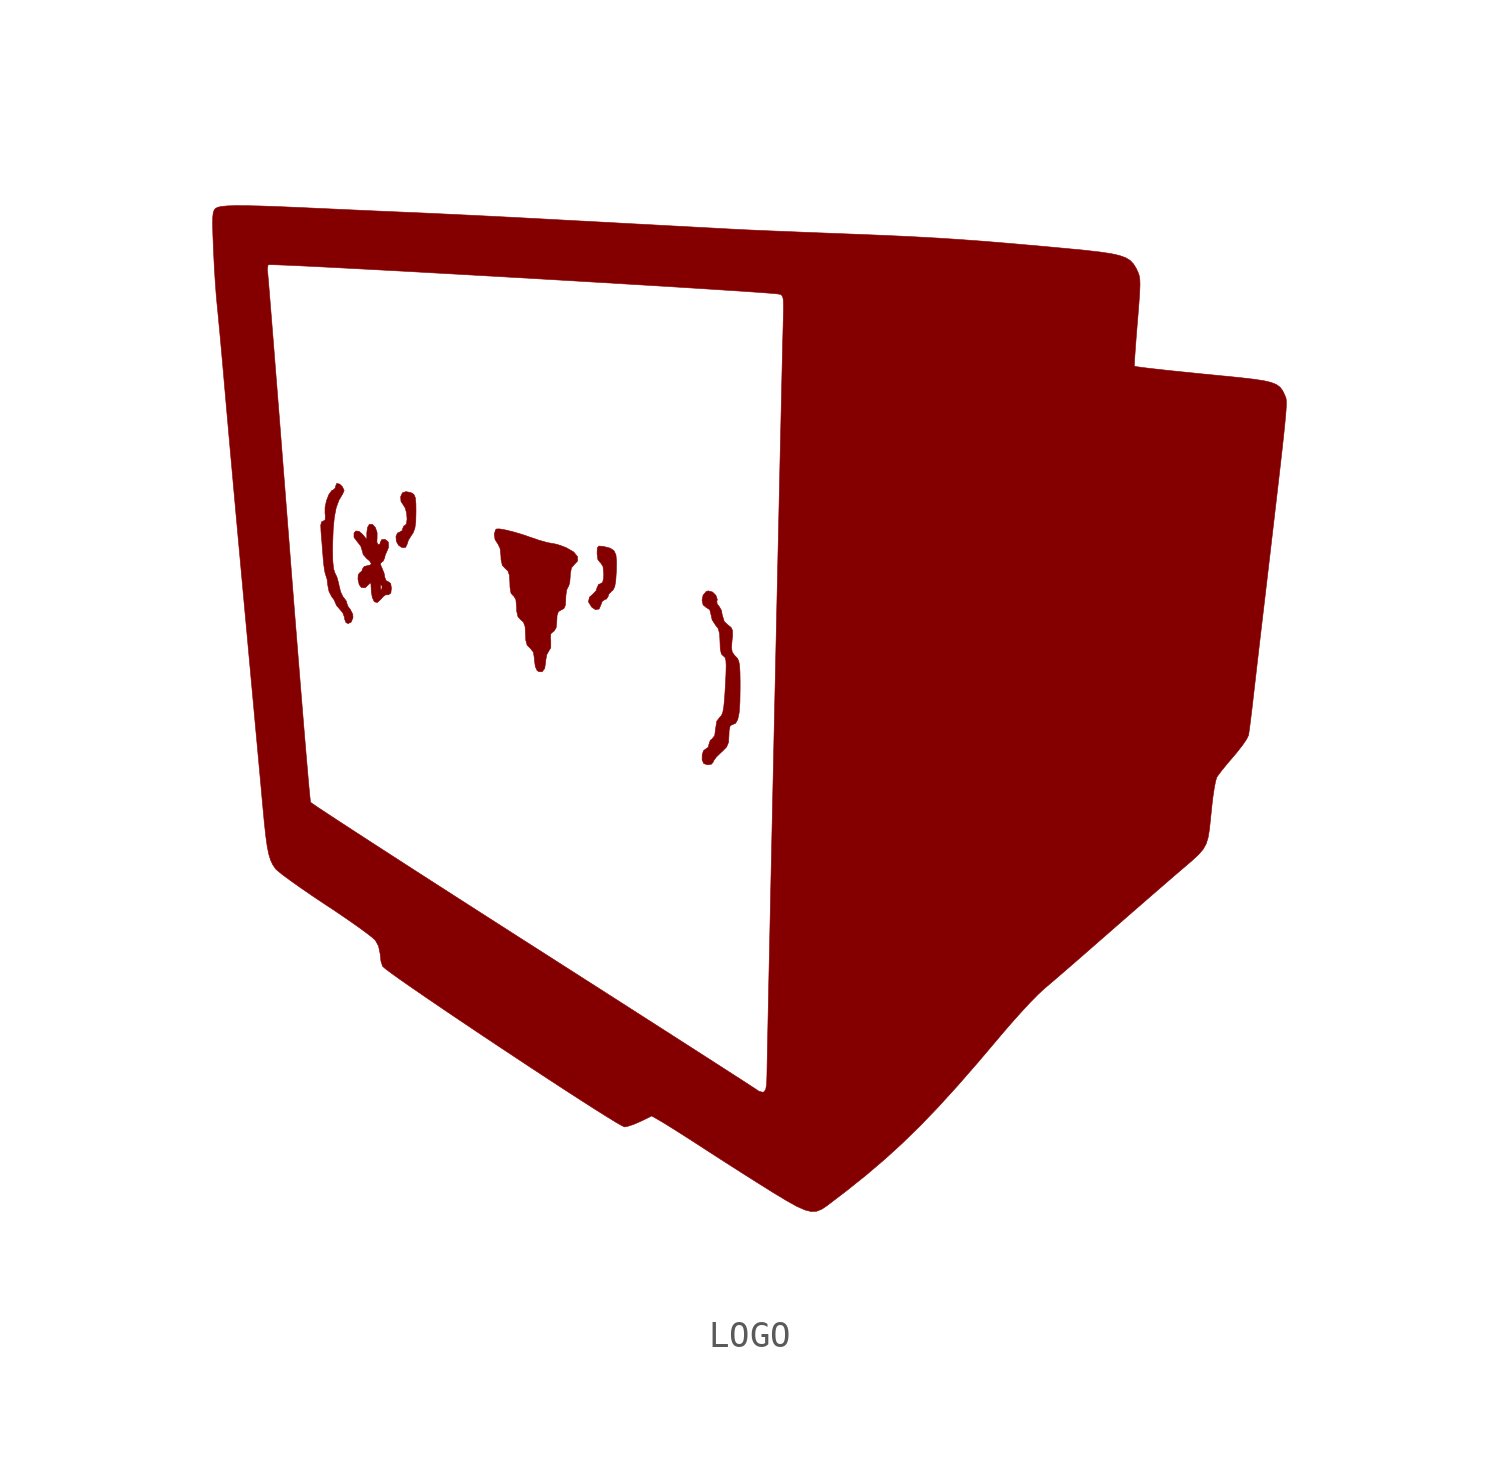
<source format=kicad_sym>
(kicad_symbol_lib
  (version 20220914)
  (generator kicad_symbol_editor)
  (symbol "LOGO"
    (pin_names
      (offset 1.016))
    (property "Reference" "#G"
      (at 0 21.04 0)
      (effects (font (size 1.27 1.27)) hide))
    (symbol "LOGO_0_0"
      (polyline (pts (xy -14.281 6.37) (xy -14.224 6.485) (xy -14.224 6.485) (xy -14.174 6.643) (xy -14.055 6.835) (xy -13.992 6.927) (xy -13.927 7.101) (xy -13.894 7.349) (xy -13.885 7.719) (xy -13.888 8.019) (xy -13.91 8.252) (xy -13.967 8.382) (xy -14.08 8.448) (xy -14.266 8.484) (xy -14.398 8.439) (xy -14.465 8.296) (xy -14.454 8.116) (xy -14.355 7.962) (xy -14.288 7.854) (xy -14.239 7.658) (xy -14.223 7.442) (xy -14.245 7.268) (xy -14.309 7.197) (xy -14.348 7.182) (xy -14.393 7.07) (xy -14.408 7.01) (xy -14.52 6.943) (xy -14.588 6.915) (xy -14.643 6.784) (xy -14.63 6.606) (xy -14.546 6.452) (xy -14.415 6.366) (xy -14.281 6.37)) (stroke (width 0.01) (type default)) (fill (type outline)))
      (polyline (pts (xy -6.95 4.039) (xy -6.873 4.219) (xy -6.832 4.331) (xy -6.725 4.403) (xy -6.671 4.416) (xy -6.604 4.525) (xy -6.583 4.602) (xy -6.463 4.727) (xy -6.418 4.763) (xy -6.357 4.889) (xy -6.319 5.118) (xy -6.296 5.484) (xy -6.289 5.825) (xy -6.312 6.088) (xy -6.387 6.249) (xy -6.53 6.342) (xy -6.76 6.402) (xy -6.814 6.413) (xy -6.962 6.423) (xy -7.018 6.348) (xy -7.027 6.146) (xy -6.997 5.912) (xy -6.9 5.788) (xy -6.888 5.783) (xy -6.802 5.65) (xy -6.773 5.367) (xy -6.778 5.219) (xy -6.816 5.046) (xy -6.9 4.995) (xy -6.968 4.972) (xy -7.027 4.846) (xy -7.063 4.733) (xy -7.197 4.592) (xy -7.312 4.49) (xy -7.354 4.31) (xy -7.229 4.109) (xy -7.088 4.013) (xy -6.95 4.039)) (stroke (width 0.01) (type default)) (fill (type outline)))
      (polyline (pts (xy -16.341 3.541) (xy -16.271 3.711) (xy -16.28 3.84) (xy -16.377 4.028) (xy -16.455 4.126) (xy -16.51 4.271) (xy -16.525 4.338) (xy -16.627 4.479) (xy -16.653 4.507) (xy -16.738 4.684) (xy -16.799 4.929) (xy -16.813 5.004) (xy -16.879 5.246) (xy -16.954 5.402) (xy -16.959 5.407) (xy -17.007 5.567) (xy -17.037 5.86) (xy -17.045 6.252) (xy -17.042 6.487) (xy -17.02 7.072) (xy -16.976 7.527) (xy -16.906 7.88) (xy -16.803 8.16) (xy -16.663 8.396) (xy -16.606 8.525) (xy -16.674 8.671) (xy -16.777 8.77) (xy -16.889 8.793) (xy -16.933 8.678) (xy -16.942 8.62) (xy -17.014 8.551) (xy -17.075 8.525) (xy -17.182 8.378) (xy -17.273 8.148) (xy -17.329 7.891) (xy -17.33 7.66) (xy -17.319 7.58) (xy -17.325 7.414) (xy -17.4 7.366) (xy -17.458 7.343) (xy -17.492 7.22) (xy -17.482 6.964) (xy -17.462 6.732) (xy -17.433 6.359) (xy -17.404 5.987) (xy -17.375 5.689) (xy -17.337 5.442) (xy -17.299 5.309) (xy -17.298 5.309) (xy -17.25 5.156) (xy -17.225 4.932) (xy -17.178 4.698) (xy -17.074 4.502) (xy -16.985 4.385) (xy -16.933 4.261) (xy -16.89 4.165) (xy -16.764 4.022) (xy -16.654 3.887) (xy -16.595 3.726) (xy -16.588 3.654) (xy -16.537 3.526) (xy -16.457 3.486) (xy -16.341 3.541)) (stroke (width 0.01) (type default)) (fill (type outline)))
      (polyline (pts (xy -15.223 4.402) (xy -15.115 4.52) (xy -15.033 4.576) (xy -14.93 4.576) (xy -14.838 4.641) (xy -14.817 4.826) (xy -14.843 5.004) (xy -14.944 5.08) (xy -15.018 5.112) (xy -15.071 5.25) (xy -15.092 5.387) (xy -15.177 5.6) (xy -15.193 5.629) (xy -15.24 5.758) (xy -15.177 5.818) (xy -15.134 5.844) (xy -15.071 5.977) (xy -15.053 6.073) (xy -14.973 6.255) (xy -14.926 6.371) (xy -14.928 6.55) (xy -14.949 6.592) (xy -15.063 6.678) (xy -15.184 6.667) (xy -15.24 6.557) (xy -15.252 6.496) (xy -15.322 6.475) (xy -15.366 6.571) (xy -15.359 6.755) (xy -15.358 6.932) (xy -15.422 7.122) (xy -15.53 7.243) (xy -15.65 7.247) (xy -15.719 7.13) (xy -15.748 6.928) (xy -15.748 6.67) (xy -15.904 6.862) (xy -16.039 6.979) (xy -16.158 6.994) (xy -16.232 6.919) (xy -16.233 6.754) (xy -16.087 6.562) (xy -15.977 6.421) (xy -15.917 6.23) (xy -15.883 6.101) (xy -15.748 5.946) (xy -15.643 5.862) (xy -15.579 5.757) (xy -15.61 5.708) (xy -15.748 5.673) (xy -15.847 5.649) (xy -15.917 5.546) (xy -15.927 5.487) (xy -16.002 5.419) (xy -16.007 5.418) (xy -16.072 5.341) (xy -16.082 5.167) (xy -16.035 4.96) (xy -15.952 4.853) (xy -15.807 4.845) (xy -15.67 4.974) (xy -15.62 5.037) (xy -15.591 4.983) (xy -15.586 4.875) (xy -15.233 4.875) (xy -15.22 4.959) (xy -15.182 4.926) (xy -15.169 4.878) (xy -15.189 4.764) (xy -15.218 4.766) (xy -15.233 4.875) (xy -15.586 4.875) (xy -15.581 4.779) (xy -15.579 4.714) (xy -15.541 4.479) (xy -15.473 4.331) (xy -15.446 4.306) (xy -15.347 4.286) (xy -15.223 4.402)) (stroke (width 0.01) (type default)) (fill (type outline)))
      (polyline (pts (xy -9.012 1.786) (xy -8.975 2.031) (xy -8.974 2.075) (xy -8.934 2.304) (xy -8.854 2.45) (xy -8.78 2.572) (xy -8.78 2.84) (xy -8.791 2.916) (xy -8.781 3.097) (xy -8.689 3.183) (xy -8.66 3.197) (xy -8.577 3.33) (xy -8.551 3.598) (xy -8.543 3.792) (xy -8.493 3.939) (xy -8.382 4.004) (xy -8.283 4.055) (xy -8.227 4.183) (xy -8.213 4.432) (xy -8.209 4.543) (xy -8.179 4.759) (xy -8.128 4.868) (xy -8.108 4.891) (xy -8.062 5.044) (xy -8.043 5.276) (xy -8.042 5.355) (xy -7.998 5.597) (xy -7.881 5.733) (xy -7.767 5.853) (xy -7.768 6.022) (xy -7.913 6.198) (xy -8.189 6.358) (xy -8.308 6.406) (xy -8.545 6.487) (xy -8.7 6.519) (xy -8.719 6.52) (xy -8.927 6.559) (xy -9.239 6.648) (xy -9.61 6.774) (xy -9.839 6.854) (xy -10.175 6.954) (xy -10.483 7.03) (xy -10.718 7.072) (xy -10.838 7.069) (xy -10.872 7.037) (xy -10.919 6.875) (xy -10.892 6.675) (xy -10.795 6.519) (xy -10.784 6.509) (xy -10.699 6.33) (xy -10.668 6.044) (xy -10.664 5.912) (xy -10.616 5.695) (xy -10.499 5.568) (xy -10.402 5.478) (xy -10.345 5.311) (xy -10.329 5.026) (xy -10.325 4.866) (xy -10.287 4.639) (xy -10.202 4.541) (xy -10.183 4.532) (xy -10.102 4.394) (xy -10.075 4.11) (xy -10.07 3.951) (xy -10.021 3.743) (xy -9.906 3.621) (xy -9.814 3.538) (xy -9.753 3.372) (xy -9.737 3.09) (xy -9.726 2.853) (xy -9.675 2.669) (xy -9.567 2.56) (xy -9.56 2.555) (xy -9.436 2.4) (xy -9.398 2.133) (xy -9.397 2.087) (xy -9.366 1.859) (xy -9.303 1.717) (xy -9.247 1.671) (xy -9.111 1.659) (xy -9.012 1.786)) (stroke (width 0.01) (type default)) (fill (type outline)))
      (polyline (pts (xy -2.692 -1.836) (xy -2.625 -1.75) (xy -2.613 -1.709) (xy -2.507 -1.563) (xy -2.328 -1.391) (xy -2.287 -1.356) (xy -2.121 -1.186) (xy -2.048 -1.008) (xy -2.032 -0.741) (xy -2.026 -0.561) (xy -1.988 -0.389) (xy -1.908 -0.339) (xy -1.893 -0.338) (xy -1.78 -0.289) (xy -1.699 -0.145) (xy -1.646 0.112) (xy -1.617 0.501) (xy -1.609 1.04) (xy -1.609 1.286) (xy -1.615 1.656) (xy -1.631 1.905) (xy -1.662 2.066) (xy -1.712 2.17) (xy -1.787 2.252) (xy -1.823 2.286) (xy -1.909 2.41) (xy -1.935 2.58) (xy -1.914 2.855) (xy -1.895 3.029) (xy -1.897 3.222) (xy -1.951 3.339) (xy -2.074 3.437) (xy -2.209 3.562) (xy -2.286 3.809) (xy -2.317 3.989) (xy -2.412 4.148) (xy -2.475 4.22) (xy -2.493 4.326) (xy -2.473 4.396) (xy -2.525 4.554) (xy -2.658 4.684) (xy -2.821 4.725) (xy -2.894 4.7) (xy -3.01 4.565) (xy -3.051 4.375) (xy -3.011 4.195) (xy -2.885 4.09) (xy -2.759 4.012) (xy -2.709 3.813) (xy -2.67 3.63) (xy -2.54 3.429) (xy -2.442 3.303) (xy -2.386 3.104) (xy -2.371 2.79) (xy -2.361 2.528) (xy -2.32 2.337) (xy -2.24 2.254) (xy -2.223 2.246) (xy -2.175 2.194) (xy -2.147 2.083) (xy -2.138 1.886) (xy -2.146 1.575) (xy -2.168 1.123) (xy -2.17 1.083) (xy -2.199 0.635) (xy -2.229 0.325) (xy -2.266 0.124) (xy -2.316 0.003) (xy -2.384 -0.068) (xy -2.493 -0.21) (xy -2.54 -0.504) (xy -2.571 -0.752) (xy -2.667 -0.877) (xy -2.739 -0.935) (xy -2.794 -1.098) (xy -2.818 -1.199) (xy -2.921 -1.27) (xy -2.997 -1.328) (xy -3.046 -1.486) (xy -3.048 -1.67) (xy -2.992 -1.806) (xy -2.978 -1.818) (xy -2.838 -1.863) (xy -2.692 -1.836)) (stroke (width 0.01) (type default)) (fill (type outline)))
      (polyline (pts (xy 1.29 -18.77) (xy 1.479 -18.695) (xy 1.677 -18.563) (xy 2.427 -17.991) (xy 3.171 -17.395) (xy 3.869 -16.801) (xy 4.54 -16.189) (xy 5.207 -15.539) (xy 5.888 -14.83) (xy 6.604 -14.043) (xy 7.377 -13.158) (xy 8.227 -12.155) (xy 8.247 -12.13) (xy 8.628 -11.686) (xy 9.011 -11.256) (xy 9.37 -10.869) (xy 9.678 -10.556) (xy 9.906 -10.345) (xy 10.008 -10.258) (xy 10.288 -10.019) (xy 10.655 -9.703) (xy 11.082 -9.333) (xy 11.544 -8.93) (xy 12.014 -8.519) (xy 12.121 -8.426) (xy 12.666 -7.95) (xy 13.25 -7.44) (xy 13.833 -6.934) (xy 14.371 -6.467) (xy 14.824 -6.075) (xy 15.176 -5.774) (xy 15.512 -5.486) (xy 15.757 -5.258) (xy 15.928 -5.059) (xy 16.041 -4.857) (xy 16.114 -4.621) (xy 16.164 -4.319) (xy 16.207 -3.918) (xy 16.261 -3.389) (xy 16.292 -3.121) (xy 16.345 -2.764) (xy 16.398 -2.486) (xy 16.445 -2.334) (xy 16.481 -2.278) (xy 16.62 -2.092) (xy 16.827 -1.837) (xy 17.07 -1.552) (xy 17.198 -1.401) (xy 17.416 -1.123) (xy 17.574 -0.891) (xy 17.646 -0.744) (xy 17.649 -0.725) (xy 17.676 -0.542) (xy 17.716 -0.236) (xy 17.764 0.155) (xy 17.816 0.593) (xy 17.816 0.598) (xy 17.868 1.052) (xy 17.934 1.624) (xy 18.008 2.265) (xy 18.085 2.926) (xy 18.159 3.556) (xy 18.175 3.69) (xy 18.334 5.04) (xy 18.474 6.234) (xy 18.596 7.28) (xy 18.702 8.188) (xy 18.793 8.97) (xy 18.869 9.635) (xy 18.932 10.193) (xy 18.982 10.654) (xy 19.02 11.028) (xy 19.048 11.326) (xy 19.067 11.557) (xy 19.077 11.731) (xy 19.079 11.858) (xy 19.075 11.949) (xy 19.066 12.013) (xy 19.052 12.061) (xy 19.034 12.102) (xy 19.014 12.147) (xy 19.011 12.156) (xy 18.934 12.315) (xy 18.839 12.44) (xy 18.704 12.539) (xy 18.507 12.618) (xy 18.228 12.684) (xy 17.845 12.742) (xy 17.336 12.801) (xy 16.679 12.866) (xy 15.902 12.942) (xy 15.187 13.014) (xy 14.566 13.078) (xy 14.054 13.135) (xy 13.666 13.181) (xy 13.417 13.215) (xy 13.322 13.235) (xy 13.321 13.238) (xy 13.324 13.345) (xy 13.339 13.592) (xy 13.364 13.952) (xy 13.398 14.4) (xy 13.439 14.909) (xy 13.461 15.171) (xy 13.5 15.676) (xy 13.525 16.052) (xy 13.535 16.322) (xy 13.529 16.516) (xy 13.507 16.658) (xy 13.468 16.776) (xy 13.413 16.897) (xy 13.39 16.942) (xy 13.291 17.104) (xy 13.168 17.235) (xy 12.999 17.34) (xy 12.764 17.425) (xy 12.443 17.497) (xy 12.014 17.561) (xy 11.457 17.624) (xy 10.753 17.692) (xy 10.151 17.747) (xy 9.132 17.838) (xy 8.231 17.916) (xy 7.417 17.981) (xy 6.655 18.036) (xy 5.913 18.084) (xy 5.159 18.126) (xy 4.361 18.165) (xy 3.484 18.203) (xy 2.498 18.242) (xy 2.377 18.247) (xy 1.6 18.277) (xy 0.849 18.306) (xy 0.146 18.335) (xy -0.483 18.36) (xy -1.016 18.383) (xy -1.427 18.401) (xy -1.693 18.414) (xy -1.704 18.415) (xy -2.143 18.438) (xy -2.727 18.47) (xy -3.43 18.507) (xy -4.227 18.55) (xy -5.093 18.597) (xy -6.005 18.645) (xy -6.937 18.696) (xy -7.865 18.745) (xy -8.764 18.794) (xy -9.61 18.839) (xy -10.015 18.861) (xy -10.823 18.902) (xy -11.676 18.945) (xy -12.52 18.985) (xy -13.303 19.022) (xy -13.97 19.052) (xy -14.009 19.053) (xy -14.722 19.084) (xy -15.508 19.118) (xy -16.305 19.154) (xy -17.055 19.188) (xy -17.695 19.217) (xy -18.303 19.245) (xy -19.11 19.279) (xy -19.772 19.302) (xy -20.302 19.314) (xy -20.715 19.316) (xy -21.024 19.306) (xy -21.243 19.286) (xy -21.387 19.255) (xy -21.471 19.213) (xy -21.48 19.205) (xy -21.531 19.142) (xy -21.565 19.041) (xy -21.583 18.877) (xy -21.587 18.622) (xy -21.579 18.252) (xy -21.559 17.738) (xy -21.551 17.555) (xy -21.524 17.007) (xy -21.519 16.933) (xy -19.516 16.933) (xy -19.484 17.077) (xy -19.418 17.08) (xy -19.195 17.075) (xy -18.827 17.061) (xy -18.326 17.039) (xy -17.707 17.009) (xy -16.982 16.972) (xy -16.164 16.929) (xy -15.265 16.881) (xy -14.299 16.829) (xy -13.279 16.772) (xy -12.217 16.713) (xy -11.127 16.651) (xy -10.021 16.588) (xy -8.913 16.524) (xy -7.815 16.46) (xy -6.74 16.396) (xy -5.702 16.334) (xy -4.713 16.275) (xy -3.786 16.218) (xy -2.934 16.164) (xy -2.17 16.115) (xy -1.507 16.072) (xy -0.958 16.034) (xy -0.535 16.003) (xy -0.253 15.979) (xy -0.123 15.963) (xy -0.065 15.945) (xy -0.012 15.897) (xy 0.019 15.796) (xy 0.033 15.613) (xy 0.032 15.318) (xy 0.022 14.883) (xy 0.016 14.643) (xy 0.005 14.218) (xy -0.008 13.655) (xy -0.024 12.964) (xy -0.042 12.158) (xy -0.062 11.247) (xy -0.085 10.241) (xy -0.109 9.153) (xy -0.134 7.992) (xy -0.161 6.771) (xy -0.189 5.499) (xy -0.218 4.188) (xy -0.247 2.849) (xy -0.276 1.492) (xy -0.306 0.13) (xy -0.335 -1.228) (xy -0.364 -2.571) (xy -0.392 -3.886) (xy -0.419 -5.164) (xy -0.446 -6.394) (xy -0.47 -7.564) (xy -0.493 -8.663) (xy -0.515 -9.681) (xy -0.534 -10.606) (xy -0.551 -11.428) (xy -0.565 -12.135) (xy -0.577 -12.717) (xy -0.586 -13.163) (xy -0.591 -13.461) (xy -0.593 -13.601) (xy -0.593 -13.607) (xy -0.605 -13.959) (xy -0.642 -14.165) (xy -0.709 -14.251) (xy -0.764 -14.263) (xy -0.9 -14.224) (xy -0.932 -14.201) (xy -1.095 -14.094) (xy -1.385 -13.905) (xy -1.796 -13.64) (xy -2.317 -13.305) (xy -2.939 -12.904) (xy -3.655 -12.445) (xy -4.454 -11.932) (xy -5.329 -11.372) (xy -6.269 -10.769) (xy -7.267 -10.131) (xy -8.313 -9.462) (xy -9.398 -8.768) (xy -10.066 -8.341) (xy -11.128 -7.661) (xy -12.145 -7.009) (xy -13.108 -6.39) (xy -14.008 -5.811) (xy -14.836 -5.276) (xy -15.583 -4.793) (xy -16.241 -4.366) (xy -16.801 -4.001) (xy -17.253 -3.704) (xy -17.59 -3.481) (xy -17.801 -3.338) (xy -17.878 -3.28) (xy -17.884 -3.241) (xy -17.905 -3.049) (xy -17.938 -2.705) (xy -17.981 -2.219) (xy -18.034 -1.603) (xy -18.096 -0.866) (xy -18.166 -0.019) (xy -18.243 0.926) (xy -18.327 1.961) (xy -18.416 3.073) (xy -18.51 4.253) (xy -18.607 5.49) (xy -18.707 6.773) (xy -18.767 7.541) (xy -18.865 8.799) (xy -18.96 10.005) (xy -19.049 11.148) (xy -19.134 12.217) (xy -19.212 13.203) (xy -19.282 14.094) (xy -19.345 14.88) (xy -19.399 15.55) (xy -19.443 16.094) (xy -19.477 16.501) (xy -19.499 16.76) (xy -19.509 16.86) (xy -19.516 16.933) (xy -21.519 16.933) (xy -21.491 16.466) (xy -21.456 15.986) (xy -21.424 15.621) (xy -21.402 15.41) (xy -21.361 14.978) (xy -21.312 14.457) (xy -21.26 13.893) (xy -21.21 13.335) (xy -21.141 12.542) (xy -21.06 11.619) (xy -20.98 10.717) (xy -20.899 9.812) (xy -20.815 8.882) (xy -20.727 7.901) (xy -20.631 6.847) (xy -20.525 5.696) (xy -20.409 4.423) (xy -20.278 3.006) (xy -20.214 2.303) (xy -20.126 1.345) (xy -20.04 0.413) (xy -19.959 -0.474) (xy -19.883 -1.296) (xy -19.816 -2.031) (xy -19.758 -2.66) (xy -19.713 -3.161) (xy -19.68 -3.514) (xy -19.631 -4.04) (xy -19.575 -4.56) (xy -19.519 -4.956) (xy -19.46 -5.253) (xy -19.39 -5.477) (xy -19.306 -5.651) (xy -19.203 -5.802) (xy -19.143 -5.861) (xy -18.945 -6.021) (xy -18.64 -6.247) (xy -18.252 -6.522) (xy -17.802 -6.831) (xy -17.313 -7.157) (xy -17.01 -7.357) (xy -16.542 -7.674) (xy -16.127 -7.964) (xy -15.788 -8.21) (xy -15.546 -8.397) (xy -15.424 -8.509) (xy -15.304 -8.726) (xy -15.24 -9.034) (xy -15.24 -9.037) (xy -15.214 -9.29) (xy -15.151 -9.49) (xy -15.145 -9.499) (xy -15.031 -9.597) (xy -14.794 -9.774) (xy -14.447 -10.022) (xy -14.005 -10.33) (xy -13.483 -10.688) (xy -12.896 -11.088) (xy -12.258 -11.519) (xy -11.584 -11.971) (xy -10.889 -12.435) (xy -10.187 -12.9) (xy -9.493 -13.359) (xy -8.821 -13.799) (xy -8.187 -14.213) (xy -7.605 -14.589) (xy -7.089 -14.919) (xy -6.654 -15.192) (xy -6.316 -15.399) (xy -6.088 -15.53) (xy -5.985 -15.576) (xy -5.886 -15.56) (xy -5.65 -15.484) (xy -5.379 -15.367) (xy -4.958 -15.161) (xy -4.574 -15.383) (xy -4.436 -15.466) (xy -4.152 -15.643) (xy -3.784 -15.876) (xy -3.362 -16.146) (xy -2.921 -16.432) (xy -2.738 -16.551) (xy -2.168 -16.918) (xy -1.55 -17.313) (xy -0.948 -17.694) (xy -0.423 -18.022) (xy -0.352 -18.067) (xy 0.152 -18.372) (xy 0.544 -18.589) (xy 0.848 -18.723) (xy 1.088 -18.782) (xy 1.29 -18.77)) (stroke (width 0.01) (type default)) (fill (type outline))))))
</source>
